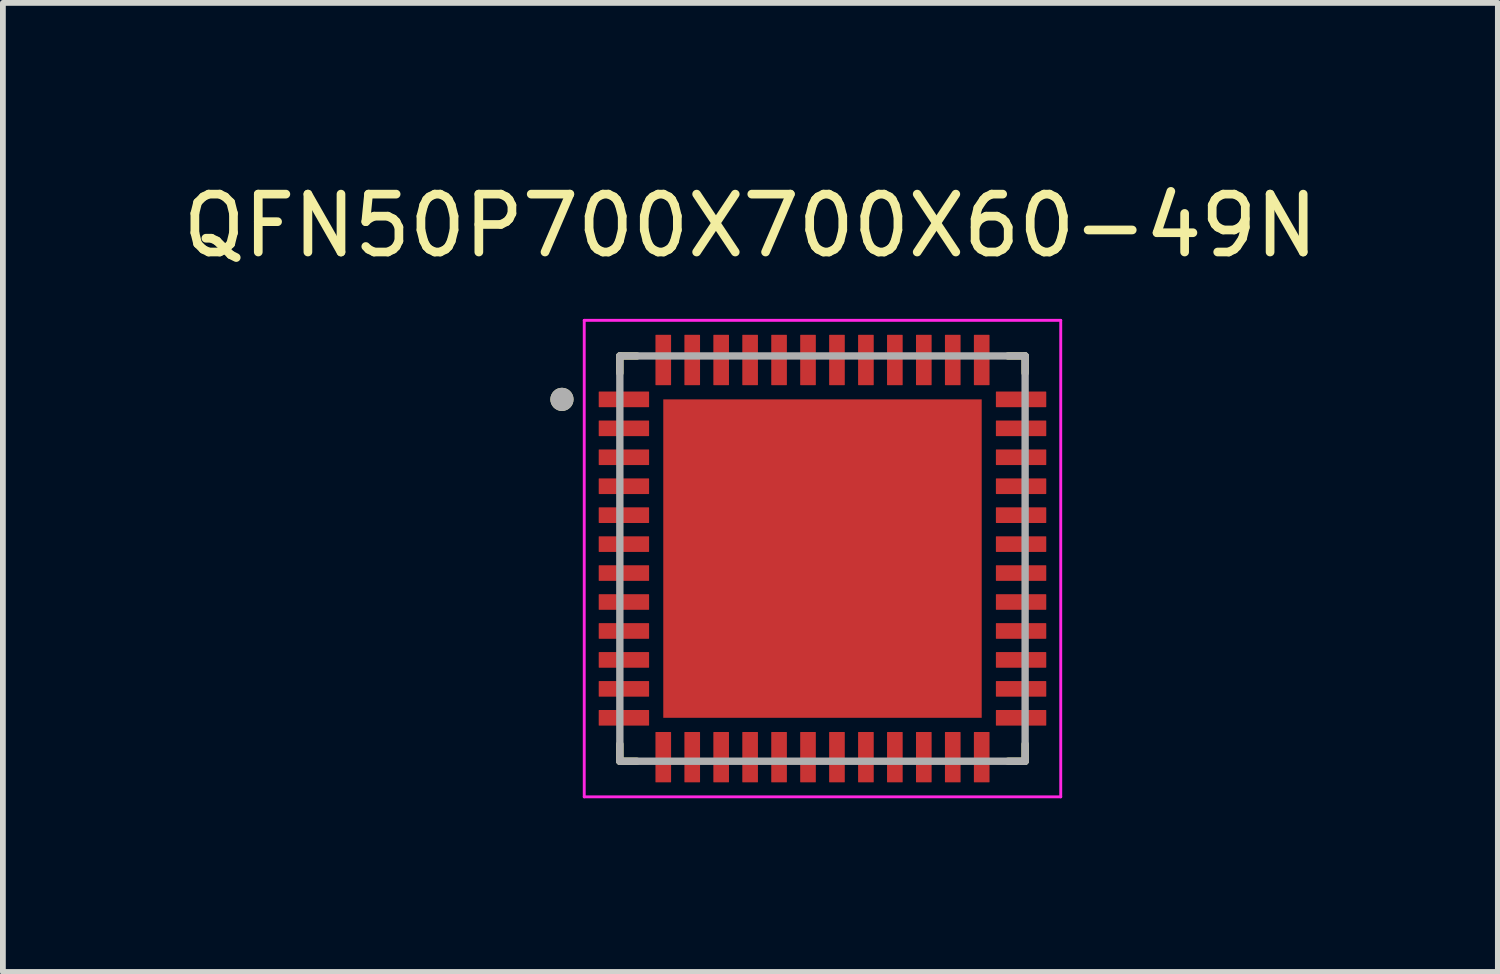
<source format=kicad_pcb>
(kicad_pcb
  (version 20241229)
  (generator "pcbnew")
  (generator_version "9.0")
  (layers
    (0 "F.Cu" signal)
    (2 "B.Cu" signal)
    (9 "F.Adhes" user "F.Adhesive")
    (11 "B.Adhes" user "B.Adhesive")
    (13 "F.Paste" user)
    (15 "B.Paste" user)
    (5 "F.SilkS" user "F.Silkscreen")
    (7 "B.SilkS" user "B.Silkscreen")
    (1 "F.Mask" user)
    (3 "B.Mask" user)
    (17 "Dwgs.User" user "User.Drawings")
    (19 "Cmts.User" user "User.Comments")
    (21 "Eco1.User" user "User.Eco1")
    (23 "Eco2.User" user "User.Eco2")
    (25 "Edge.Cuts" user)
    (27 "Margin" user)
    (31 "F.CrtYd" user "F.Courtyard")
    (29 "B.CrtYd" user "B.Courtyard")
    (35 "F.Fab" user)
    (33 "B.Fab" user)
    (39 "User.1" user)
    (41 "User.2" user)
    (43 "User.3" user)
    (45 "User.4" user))
  (footprint "QFN50P700X700X60-49N"
    (layer "F.Cu")
    (at 11.156 6.598)
    (property "Reference" "QFN50P700X700X60-49N" (at -1.245 -5.75 0) (layer "F.SilkS") (effects (font (size 1 1) (thickness 0.15))))
    (attr smd)
    (fp_line (start -3.5 -3.5) (end -3.5 -3.205) (stroke (width 0.127) (type solid)) (layer "F.SilkS"))
    (fp_line (start -3.5 -3.5) (end -3.205 -3.5) (stroke (width 0.127) (type solid)) (layer "F.SilkS"))
    (fp_line (start -3.5 3.5) (end -3.5 3.205) (stroke (width 0.127) (type solid)) (layer "F.SilkS"))
    (fp_line (start -3.5 3.5) (end -3.205 3.5) (stroke (width 0.127) (type solid)) (layer "F.SilkS"))
    (fp_line (start 3.5 -3.5) (end 3.205 -3.5) (stroke (width 0.127) (type solid)) (layer "F.SilkS"))
    (fp_line (start 3.5 -3.5) (end 3.5 -3.205) (stroke (width 0.127) (type solid)) (layer "F.SilkS"))
    (fp_line (start 3.5 3.5) (end 3.205 3.5) (stroke (width 0.127) (type solid)) (layer "F.SilkS"))
    (fp_line (start 3.5 3.5) (end 3.5 3.205) (stroke (width 0.127) (type solid)) (layer "F.SilkS"))
    (fp_circle (center -4.5 -2.75) (end -4.4 -2.75) (stroke (width 0.2) (type solid)) (fill no) (layer "F.SilkS"))
    (fp_poly (pts (xy -2.29 -2.29) (xy -0.51 -2.29) (xy -0.51 -0.51) (xy -2.29 -0.51)) (stroke (width 0.01) (type solid)) (fill yes) (layer "F.Paste"))
    (fp_poly (pts (xy -2.29 0.51) (xy -0.51 0.51) (xy -0.51 2.29) (xy -2.29 2.29)) (stroke (width 0.01) (type solid)) (fill yes) (layer "F.Paste"))
    (fp_poly (pts (xy 0.51 -2.29) (xy 2.29 -2.29) (xy 2.29 -0.51) (xy 0.51 -0.51)) (stroke (width 0.01) (type solid)) (fill yes) (layer "F.Paste"))
    (fp_poly (pts (xy 0.51 0.51) (xy 2.29 0.51) (xy 2.29 2.29) (xy 0.51 2.29)) (stroke (width 0.01) (type solid)) (fill yes) (layer "F.Paste"))
    (fp_line (start -4.115 -4.115) (end 4.115 -4.115) (stroke (width 0.05) (type solid)) (layer "F.CrtYd"))
    (fp_line (start -4.115 4.115) (end -4.115 -4.115) (stroke (width 0.05) (type solid)) (layer "F.CrtYd"))
    (fp_line (start -4.115 4.115) (end 4.115 4.115) (stroke (width 0.05) (type solid)) (layer "F.CrtYd"))
    (fp_line (start 4.115 4.115) (end 4.115 -4.115) (stroke (width 0.05) (type solid)) (layer "F.CrtYd"))
    (fp_line (start -3.5 3.5) (end -3.5 -3.5) (stroke (width 0.127) (type solid)) (layer "F.Fab"))
    (fp_line (start 3.5 -3.5) (end -3.5 -3.5) (stroke (width 0.127) (type solid)) (layer "F.Fab"))
    (fp_line (start 3.5 3.5) (end -3.5 3.5) (stroke (width 0.127) (type solid)) (layer "F.Fab"))
    (fp_line (start 3.5 3.5) (end 3.5 -3.5) (stroke (width 0.127) (type solid)) (layer "F.Fab"))
    (fp_circle (center -4.5 -2.75) (end -4.4 -2.75) (stroke (width 0.2) (type solid)) (fill no) (layer "F.Fab"))
    (pad "1" smd roundrect (at -3.43 -2.75) (size 0.87 0.27) (layers "F.Cu" "F.Mask" "F.Paste") (roundrect_rratio 0.03))
    (pad "2" smd roundrect (at -3.43 -2.25) (size 0.87 0.27) (layers "F.Cu" "F.Mask" "F.Paste") (roundrect_rratio 0.03))
    (pad "3" smd roundrect (at -3.43 -1.75) (size 0.87 0.27) (layers "F.Cu" "F.Mask" "F.Paste") (roundrect_rratio 0.03))
    (pad "4" smd roundrect (at -3.43 -1.25) (size 0.87 0.27) (layers "F.Cu" "F.Mask" "F.Paste") (roundrect_rratio 0.03))
    (pad "5" smd roundrect (at -3.43 -0.75) (size 0.87 0.27) (layers "F.Cu" "F.Mask" "F.Paste") (roundrect_rratio 0.03))
    (pad "6" smd roundrect (at -3.43 -0.25) (size 0.87 0.27) (layers "F.Cu" "F.Mask" "F.Paste") (roundrect_rratio 0.03))
    (pad "7" smd roundrect (at -3.43 0.25) (size 0.87 0.27) (layers "F.Cu" "F.Mask" "F.Paste") (roundrect_rratio 0.03))
    (pad "8" smd roundrect (at -3.43 0.75) (size 0.87 0.27) (layers "F.Cu" "F.Mask" "F.Paste") (roundrect_rratio 0.03))
    (pad "9" smd roundrect (at -3.43 1.25) (size 0.87 0.27) (layers "F.Cu" "F.Mask" "F.Paste") (roundrect_rratio 0.03))
    (pad "10" smd roundrect (at -3.43 1.75) (size 0.87 0.27) (layers "F.Cu" "F.Mask" "F.Paste") (roundrect_rratio 0.03))
    (pad "11" smd roundrect (at -3.43 2.25) (size 0.87 0.27) (layers "F.Cu" "F.Mask" "F.Paste") (roundrect_rratio 0.03))
    (pad "12" smd roundrect (at -3.43 2.75) (size 0.87 0.27) (layers "F.Cu" "F.Mask" "F.Paste") (roundrect_rratio 0.03))
    (pad "13" smd roundrect (at -2.75 3.43 90) (size 0.87 0.27) (layers "F.Cu" "F.Mask" "F.Paste") (roundrect_rratio 0.03))
    (pad "14" smd roundrect (at -2.25 3.43 90) (size 0.87 0.27) (layers "F.Cu" "F.Mask" "F.Paste") (roundrect_rratio 0.03))
    (pad "15" smd roundrect (at -1.75 3.43 90) (size 0.87 0.27) (layers "F.Cu" "F.Mask" "F.Paste") (roundrect_rratio 0.03))
    (pad "16" smd roundrect (at -1.25 3.43 90) (size 0.87 0.27) (layers "F.Cu" "F.Mask" "F.Paste") (roundrect_rratio 0.03))
    (pad "17" smd roundrect (at -0.75 3.43 90) (size 0.87 0.27) (layers "F.Cu" "F.Mask" "F.Paste") (roundrect_rratio 0.03))
    (pad "18" smd roundrect (at -0.25 3.43 90) (size 0.87 0.27) (layers "F.Cu" "F.Mask" "F.Paste") (roundrect_rratio 0.03))
    (pad "19" smd roundrect (at 0.25 3.43 90) (size 0.87 0.27) (layers "F.Cu" "F.Mask" "F.Paste") (roundrect_rratio 0.03))
    (pad "20" smd roundrect (at 0.75 3.43 90) (size 0.87 0.27) (layers "F.Cu" "F.Mask" "F.Paste") (roundrect_rratio 0.03))
    (pad "21" smd roundrect (at 1.25 3.43 90) (size 0.87 0.27) (layers "F.Cu" "F.Mask" "F.Paste") (roundrect_rratio 0.03))
    (pad "22" smd roundrect (at 1.75 3.43 90) (size 0.87 0.27) (layers "F.Cu" "F.Mask" "F.Paste") (roundrect_rratio 0.03))
    (pad "23" smd roundrect (at 2.25 3.43 90) (size 0.87 0.27) (layers "F.Cu" "F.Mask" "F.Paste") (roundrect_rratio 0.03))
    (pad "24" smd roundrect (at 2.75 3.43 90) (size 0.87 0.27) (layers "F.Cu" "F.Mask" "F.Paste") (roundrect_rratio 0.03))
    (pad "25" smd roundrect (at 3.43 2.75) (size 0.87 0.27) (layers "F.Cu" "F.Mask" "F.Paste") (roundrect_rratio 0.03))
    (pad "26" smd roundrect (at 3.43 2.25) (size 0.87 0.27) (layers "F.Cu" "F.Mask" "F.Paste") (roundrect_rratio 0.03))
    (pad "27" smd roundrect (at 3.43 1.75) (size 0.87 0.27) (layers "F.Cu" "F.Mask" "F.Paste") (roundrect_rratio 0.03))
    (pad "28" smd roundrect (at 3.43 1.25) (size 0.87 0.27) (layers "F.Cu" "F.Mask" "F.Paste") (roundrect_rratio 0.03))
    (pad "29" smd roundrect (at 3.43 0.75) (size 0.87 0.27) (layers "F.Cu" "F.Mask" "F.Paste") (roundrect_rratio 0.03))
    (pad "30" smd roundrect (at 3.43 0.25) (size 0.87 0.27) (layers "F.Cu" "F.Mask" "F.Paste") (roundrect_rratio 0.03))
    (pad "31" smd roundrect (at 3.43 -0.25) (size 0.87 0.27) (layers "F.Cu" "F.Mask" "F.Paste") (roundrect_rratio 0.03))
    (pad "32" smd roundrect (at 3.43 -0.75) (size 0.87 0.27) (layers "F.Cu" "F.Mask" "F.Paste") (roundrect_rratio 0.03))
    (pad "33" smd roundrect (at 3.43 -1.25) (size 0.87 0.27) (layers "F.Cu" "F.Mask" "F.Paste") (roundrect_rratio 0.03))
    (pad "34" smd roundrect (at 3.43 -1.75) (size 0.87 0.27) (layers "F.Cu" "F.Mask" "F.Paste") (roundrect_rratio 0.03))
    (pad "35" smd roundrect (at 3.43 -2.25) (size 0.87 0.27) (layers "F.Cu" "F.Mask" "F.Paste") (roundrect_rratio 0.03))
    (pad "36" smd roundrect (at 3.43 -2.75) (size 0.87 0.27) (layers "F.Cu" "F.Mask" "F.Paste") (roundrect_rratio 0.03))
    (pad "37" smd roundrect (at 2.75 -3.43 90) (size 0.87 0.27) (layers "F.Cu" "F.Mask" "F.Paste") (roundrect_rratio 0.03))
    (pad "38" smd roundrect (at 2.25 -3.43 90) (size 0.87 0.27) (layers "F.Cu" "F.Mask" "F.Paste") (roundrect_rratio 0.03))
    (pad "39" smd roundrect (at 1.75 -3.43 90) (size 0.87 0.27) (layers "F.Cu" "F.Mask" "F.Paste") (roundrect_rratio 0.03))
    (pad "40" smd roundrect (at 1.25 -3.43 90) (size 0.87 0.27) (layers "F.Cu" "F.Mask" "F.Paste") (roundrect_rratio 0.03))
    (pad "41" smd roundrect (at 0.75 -3.43 90) (size 0.87 0.27) (layers "F.Cu" "F.Mask" "F.Paste") (roundrect_rratio 0.03))
    (pad "42" smd roundrect (at 0.25 -3.43 90) (size 0.87 0.27) (layers "F.Cu" "F.Mask" "F.Paste") (roundrect_rratio 0.03))
    (pad "43" smd roundrect (at -0.25 -3.43 90) (size 0.87 0.27) (layers "F.Cu" "F.Mask" "F.Paste") (roundrect_rratio 0.03))
    (pad "44" smd roundrect (at -0.75 -3.43 90) (size 0.87 0.27) (layers "F.Cu" "F.Mask" "F.Paste") (roundrect_rratio 0.03))
    (pad "45" smd roundrect (at -1.25 -3.43 90) (size 0.87 0.27) (layers "F.Cu" "F.Mask" "F.Paste") (roundrect_rratio 0.03))
    (pad "46" smd roundrect (at -1.75 -3.43 90) (size 0.87 0.27) (layers "F.Cu" "F.Mask" "F.Paste") (roundrect_rratio 0.03))
    (pad "47" smd roundrect (at -2.25 -3.43 90) (size 0.87 0.27) (layers "F.Cu" "F.Mask" "F.Paste") (roundrect_rratio 0.03))
    (pad "48" smd roundrect (at -2.75 -3.43 90) (size 0.87 0.27) (layers "F.Cu" "F.Mask" "F.Paste") (roundrect_rratio 0.03))
    (pad "49" smd rect (at 0 0) (size 5.5 5.5) (layers "F.Cu" "F.Mask")))
  (gr_rect
    (start -3 -3)
    (end 22.821 13.738)
    (stroke (width 0.1) (type default))
    (fill no)
    (layer "Edge.Cuts")))
</source>
